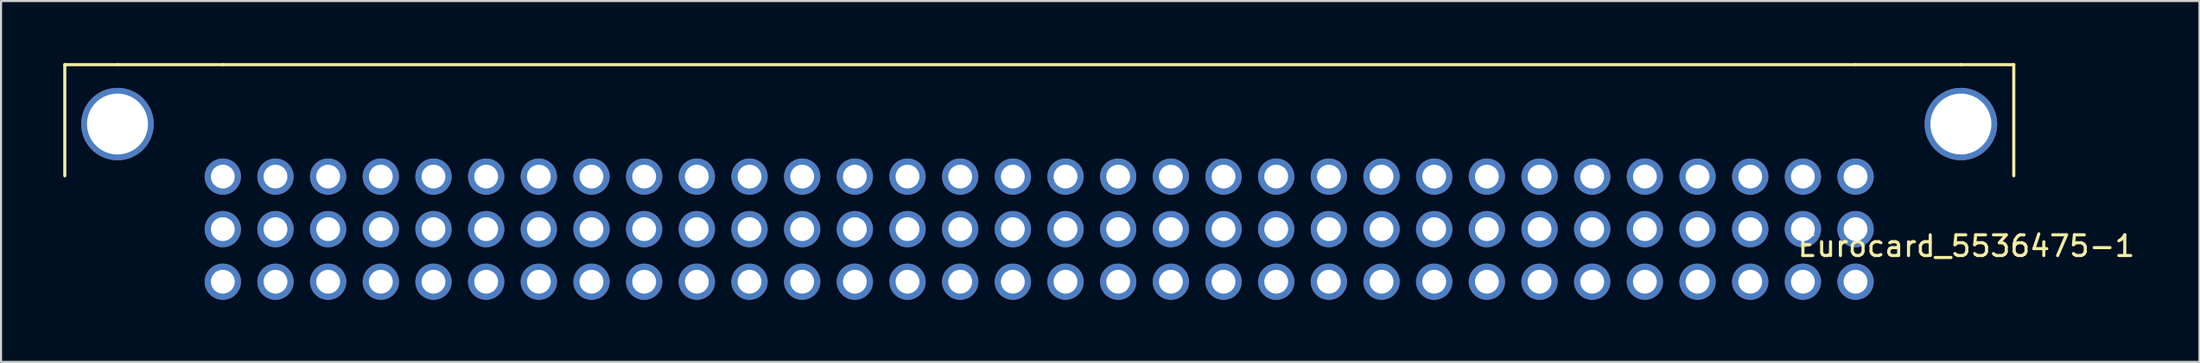
<source format=kicad_pcb>
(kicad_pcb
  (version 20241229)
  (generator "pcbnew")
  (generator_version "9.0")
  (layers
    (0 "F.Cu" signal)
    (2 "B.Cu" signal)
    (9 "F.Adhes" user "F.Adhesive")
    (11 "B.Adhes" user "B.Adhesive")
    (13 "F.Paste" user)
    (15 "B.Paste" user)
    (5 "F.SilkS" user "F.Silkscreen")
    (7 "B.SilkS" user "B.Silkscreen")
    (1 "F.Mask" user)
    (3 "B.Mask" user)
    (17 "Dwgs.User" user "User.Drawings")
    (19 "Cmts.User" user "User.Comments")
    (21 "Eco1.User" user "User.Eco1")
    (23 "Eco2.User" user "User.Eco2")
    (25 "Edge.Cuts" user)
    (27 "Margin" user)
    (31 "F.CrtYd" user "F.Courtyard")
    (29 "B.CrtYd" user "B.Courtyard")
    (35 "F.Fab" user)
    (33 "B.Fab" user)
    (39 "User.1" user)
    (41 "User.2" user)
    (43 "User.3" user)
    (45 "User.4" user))
  (footprint "Eurocard_5536475-1"
    (layer "F.Cu")
    (at 45.795 8.025)
    (property "Reference" "Eurocard_5536475-1" (at 45.98 0.82 0) (layer "F.SilkS") (effects (font (size 1 1) (thickness 0.15))))
    (attr through_hole)
    (fp_line (start -45.72 -7.95) (end -45.72 -2.58) (stroke (width 0.15) (type solid)) (layer "F.SilkS"))
    (fp_line (start -45.72 -7.95) (end -43.17 -7.95) (stroke (width 0.15) (type solid)) (layer "F.SilkS"))
    (fp_line (start -43.18 -7.95) (end -38.1 -7.95) (stroke (width 0.15) (type solid)) (layer "F.SilkS"))
    (fp_line (start -38.1 -7.95) (end 40.64 -7.95) (stroke (width 0.15) (type solid)) (layer "F.SilkS"))
    (fp_line (start 40.64 -7.95) (end 45.72 -7.95) (stroke (width 0.15) (type solid)) (layer "F.SilkS"))
    (fp_line (start 45.72 -7.95) (end 48.27 -7.95) (stroke (width 0.15) (type solid)) (layer "F.SilkS"))
    (fp_line (start 48.27 -7.95) (end 48.27 -2.58) (stroke (width 0.15) (type solid)) (layer "F.SilkS"))
    (pad "" np_thru_hole circle (at -43.18 -5.08 90) (size 3.5 3.5) (drill 2.94) (layers "*.Cu" "*.Mask"))
    (pad "" np_thru_hole circle (at 45.72 -5.08 90) (size 3.5 3.5) (drill 2.94) (layers "*.Cu" "*.Mask"))
    (pad "a1" thru_hole circle (at -38.1 -2.54 90) (size 1.75 1.75) (drill 1.15) (layers "*.Cu" "*.Mask"))
    (pad "a2" thru_hole circle (at -35.56 -2.54 90) (size 1.75 1.75) (drill 1.15) (layers "*.Cu" "*.Mask"))
    (pad "a3" thru_hole circle (at -33.02 -2.54 90) (size 1.75 1.75) (drill 1.15) (layers "*.Cu" "*.Mask"))
    (pad "a4" thru_hole circle (at -30.48 -2.54 90) (size 1.75 1.75) (drill 1.15) (layers "*.Cu" "*.Mask"))
    (pad "a5" thru_hole circle (at -27.94 -2.54 90) (size 1.75 1.75) (drill 1.15) (layers "*.Cu" "*.Mask"))
    (pad "a6" thru_hole circle (at -25.4 -2.54 90) (size 1.75 1.75) (drill 1.15) (layers "*.Cu" "*.Mask"))
    (pad "a7" thru_hole circle (at -22.86 -2.54 90) (size 1.75 1.75) (drill 1.15) (layers "*.Cu" "*.Mask"))
    (pad "a8" thru_hole circle (at -20.32 -2.54 90) (size 1.75 1.75) (drill 1.15) (layers "*.Cu" "*.Mask"))
    (pad "a9" thru_hole circle (at -17.78 -2.54 90) (size 1.75 1.75) (drill 1.15) (layers "*.Cu" "*.Mask"))
    (pad "a10" thru_hole circle (at -15.24 -2.54 90) (size 1.75 1.75) (drill 1.15) (layers "*.Cu" "*.Mask"))
    (pad "a11" thru_hole circle (at -12.7 -2.54 90) (size 1.75 1.75) (drill 1.15) (layers "*.Cu" "*.Mask"))
    (pad "a12" thru_hole circle (at -10.16 -2.54 90) (size 1.75 1.75) (drill 1.15) (layers "*.Cu" "*.Mask"))
    (pad "a13" thru_hole circle (at -7.62 -2.54 90) (size 1.75 1.75) (drill 1.15) (layers "*.Cu" "*.Mask"))
    (pad "a14" thru_hole circle (at -5.08 -2.54 90) (size 1.75 1.75) (drill 1.15) (layers "*.Cu" "*.Mask"))
    (pad "a15" thru_hole circle (at -2.54 -2.54 90) (size 1.75 1.75) (drill 1.15) (layers "*.Cu" "*.Mask"))
    (pad "a16" thru_hole circle (at 0 -2.54 90) (size 1.75 1.75) (drill 1.15) (layers "*.Cu" "*.Mask"))
    (pad "a17" thru_hole circle (at 2.54 -2.54 90) (size 1.75 1.75) (drill 1.15) (layers "*.Cu" "*.Mask"))
    (pad "a18" thru_hole circle (at 5.08 -2.54 90) (size 1.75 1.75) (drill 1.15) (layers "*.Cu" "*.Mask"))
    (pad "a19" thru_hole circle (at 7.62 -2.54 90) (size 1.75 1.75) (drill 1.15) (layers "*.Cu" "*.Mask"))
    (pad "a20" thru_hole circle (at 10.16 -2.54 90) (size 1.75 1.75) (drill 1.15) (layers "*.Cu" "*.Mask"))
    (pad "a21" thru_hole circle (at 12.7 -2.54 90) (size 1.75 1.75) (drill 1.15) (layers "*.Cu" "*.Mask"))
    (pad "a22" thru_hole circle (at 15.24 -2.54 90) (size 1.75 1.75) (drill 1.15) (layers "*.Cu" "*.Mask"))
    (pad "a23" thru_hole circle (at 17.78 -2.54 90) (size 1.75 1.75) (drill 1.15) (layers "*.Cu" "*.Mask"))
    (pad "a24" thru_hole circle (at 20.32 -2.54 90) (size 1.75 1.75) (drill 1.15) (layers "*.Cu" "*.Mask"))
    (pad "a25" thru_hole circle (at 22.86 -2.54 90) (size 1.75 1.75) (drill 1.15) (layers "*.Cu" "*.Mask"))
    (pad "a26" thru_hole circle (at 25.4 -2.54 90) (size 1.75 1.75) (drill 1.15) (layers "*.Cu" "*.Mask"))
    (pad "a27" thru_hole circle (at 27.94 -2.54 90) (size 1.75 1.75) (drill 1.15) (layers "*.Cu" "*.Mask"))
    (pad "a28" thru_hole circle (at 30.48 -2.54 90) (size 1.75 1.75) (drill 1.15) (layers "*.Cu" "*.Mask"))
    (pad "a29" thru_hole circle (at 33.02 -2.54 90) (size 1.75 1.75) (drill 1.15) (layers "*.Cu" "*.Mask"))
    (pad "a30" thru_hole circle (at 35.56 -2.54 90) (size 1.75 1.75) (drill 1.15) (layers "*.Cu" "*.Mask"))
    (pad "a31" thru_hole circle (at 38.1 -2.54 90) (size 1.75 1.75) (drill 1.15) (layers "*.Cu" "*.Mask"))
    (pad "a32" thru_hole circle (at 40.64 -2.54 90) (size 1.75 1.75) (drill 1.15) (layers "*.Cu" "*.Mask"))
    (pad "b1" thru_hole circle (at -38.1 0 90) (size 1.75 1.75) (drill 1.15) (layers "*.Cu" "*.Mask"))
    (pad "b2" thru_hole circle (at -35.56 0 90) (size 1.75 1.75) (drill 1.15) (layers "*.Cu" "*.Mask"))
    (pad "b3" thru_hole circle (at -33.02 0 90) (size 1.75 1.75) (drill 1.15) (layers "*.Cu" "*.Mask"))
    (pad "b4" thru_hole circle (at -30.48 0 90) (size 1.75 1.75) (drill 1.15) (layers "*.Cu" "*.Mask"))
    (pad "b5" thru_hole circle (at -27.94 0 90) (size 1.75 1.75) (drill 1.15) (layers "*.Cu" "*.Mask"))
    (pad "b6" thru_hole circle (at -25.4 0 90) (size 1.75 1.75) (drill 1.15) (layers "*.Cu" "*.Mask"))
    (pad "b7" thru_hole circle (at -22.86 0 90) (size 1.75 1.75) (drill 1.15) (layers "*.Cu" "*.Mask"))
    (pad "b8" thru_hole circle (at -20.32 0 90) (size 1.75 1.75) (drill 1.15) (layers "*.Cu" "*.Mask"))
    (pad "b9" thru_hole circle (at -17.78 0 90) (size 1.75 1.75) (drill 1.15) (layers "*.Cu" "*.Mask"))
    (pad "b10" thru_hole circle (at -15.24 0 90) (size 1.75 1.75) (drill 1.15) (layers "*.Cu" "*.Mask"))
    (pad "b11" thru_hole circle (at -12.7 0 90) (size 1.75 1.75) (drill 1.15) (layers "*.Cu" "*.Mask"))
    (pad "b12" thru_hole circle (at -10.16 0 90) (size 1.75 1.75) (drill 1.15) (layers "*.Cu" "*.Mask"))
    (pad "b13" thru_hole circle (at -7.62 0 90) (size 1.75 1.75) (drill 1.15) (layers "*.Cu" "*.Mask"))
    (pad "b14" thru_hole circle (at -5.08 0 90) (size 1.75 1.75) (drill 1.15) (layers "*.Cu" "*.Mask"))
    (pad "b15" thru_hole circle (at -2.54 0 90) (size 1.75 1.75) (drill 1.15) (layers "*.Cu" "*.Mask"))
    (pad "b16" thru_hole circle (at 0 0 90) (size 1.75 1.75) (drill 1.15) (layers "*.Cu" "*.Mask"))
    (pad "b17" thru_hole circle (at 2.54 0 90) (size 1.75 1.75) (drill 1.15) (layers "*.Cu" "*.Mask"))
    (pad "b18" thru_hole circle (at 5.08 0 90) (size 1.75 1.75) (drill 1.15) (layers "*.Cu" "*.Mask"))
    (pad "b19" thru_hole circle (at 7.62 0 90) (size 1.75 1.75) (drill 1.15) (layers "*.Cu" "*.Mask"))
    (pad "b20" thru_hole circle (at 10.16 0 90) (size 1.75 1.75) (drill 1.15) (layers "*.Cu" "*.Mask"))
    (pad "b21" thru_hole circle (at 12.7 0 90) (size 1.75 1.75) (drill 1.15) (layers "*.Cu" "*.Mask"))
    (pad "b22" thru_hole circle (at 15.24 0 90) (size 1.75 1.75) (drill 1.15) (layers "*.Cu" "*.Mask"))
    (pad "b23" thru_hole circle (at 17.78 0 90) (size 1.75 1.75) (drill 1.15) (layers "*.Cu" "*.Mask"))
    (pad "b24" thru_hole circle (at 20.32 0 90) (size 1.75 1.75) (drill 1.15) (layers "*.Cu" "*.Mask"))
    (pad "b25" thru_hole circle (at 22.86 0 90) (size 1.75 1.75) (drill 1.15) (layers "*.Cu" "*.Mask"))
    (pad "b26" thru_hole circle (at 25.4 0 90) (size 1.75 1.75) (drill 1.15) (layers "*.Cu" "*.Mask"))
    (pad "b27" thru_hole circle (at 27.94 0 90) (size 1.75 1.75) (drill 1.15) (layers "*.Cu" "*.Mask"))
    (pad "b28" thru_hole circle (at 30.48 0 90) (size 1.75 1.75) (drill 1.15) (layers "*.Cu" "*.Mask"))
    (pad "b29" thru_hole circle (at 33.02 0 90) (size 1.75 1.75) (drill 1.15) (layers "*.Cu" "*.Mask"))
    (pad "b30" thru_hole circle (at 35.56 0 90) (size 1.75 1.75) (drill 1.15) (layers "*.Cu" "*.Mask"))
    (pad "b31" thru_hole circle (at 38.1 0 90) (size 1.75 1.75) (drill 1.15) (layers "*.Cu" "*.Mask"))
    (pad "b32" thru_hole circle (at 40.64 0 90) (size 1.75 1.75) (drill 1.15) (layers "*.Cu" "*.Mask"))
    (pad "c1" thru_hole circle (at -38.1 2.54 90) (size 1.75 1.75) (drill 1.15) (layers "*.Cu" "*.Mask"))
    (pad "c2" thru_hole circle (at -35.56 2.54 90) (size 1.75 1.75) (drill 1.15) (layers "*.Cu" "*.Mask"))
    (pad "c3" thru_hole circle (at -33.02 2.54 90) (size 1.75 1.75) (drill 1.15) (layers "*.Cu" "*.Mask"))
    (pad "c4" thru_hole circle (at -30.48 2.54 90) (size 1.75 1.75) (drill 1.15) (layers "*.Cu" "*.Mask"))
    (pad "c5" thru_hole circle (at -27.94 2.54 90) (size 1.75 1.75) (drill 1.15) (layers "*.Cu" "*.Mask"))
    (pad "c6" thru_hole circle (at -25.4 2.54 90) (size 1.75 1.75) (drill 1.15) (layers "*.Cu" "*.Mask"))
    (pad "c7" thru_hole circle (at -22.86 2.54 90) (size 1.75 1.75) (drill 1.15) (layers "*.Cu" "*.Mask"))
    (pad "c8" thru_hole circle (at -20.32 2.54 90) (size 1.75 1.75) (drill 1.15) (layers "*.Cu" "*.Mask"))
    (pad "c9" thru_hole circle (at -17.78 2.54 90) (size 1.75 1.75) (drill 1.15) (layers "*.Cu" "*.Mask"))
    (pad "c10" thru_hole circle (at -15.24 2.54 90) (size 1.75 1.75) (drill 1.15) (layers "*.Cu" "*.Mask"))
    (pad "c11" thru_hole circle (at -12.7 2.54 90) (size 1.75 1.75) (drill 1.15) (layers "*.Cu" "*.Mask"))
    (pad "c12" thru_hole circle (at -10.16 2.54 90) (size 1.75 1.75) (drill 1.15) (layers "*.Cu" "*.Mask"))
    (pad "c13" thru_hole circle (at -7.62 2.54 90) (size 1.75 1.75) (drill 1.15) (layers "*.Cu" "*.Mask"))
    (pad "c14" thru_hole circle (at -5.08 2.54 90) (size 1.75 1.75) (drill 1.15) (layers "*.Cu" "*.Mask"))
    (pad "c15" thru_hole circle (at -2.54 2.54 90) (size 1.75 1.75) (drill 1.15) (layers "*.Cu" "*.Mask"))
    (pad "c16" thru_hole circle (at 0 2.54 90) (size 1.75 1.75) (drill 1.15) (layers "*.Cu" "*.Mask"))
    (pad "c17" thru_hole circle (at 2.54 2.54 90) (size 1.75 1.75) (drill 1.15) (layers "*.Cu" "*.Mask"))
    (pad "c18" thru_hole circle (at 5.08 2.54 90) (size 1.75 1.75) (drill 1.15) (layers "*.Cu" "*.Mask"))
    (pad "c19" thru_hole circle (at 7.62 2.54 90) (size 1.75 1.75) (drill 1.15) (layers "*.Cu" "*.Mask"))
    (pad "c20" thru_hole circle (at 10.16 2.54 90) (size 1.75 1.75) (drill 1.15) (layers "*.Cu" "*.Mask"))
    (pad "c21" thru_hole circle (at 12.7 2.54 90) (size 1.75 1.75) (drill 1.15) (layers "*.Cu" "*.Mask"))
    (pad "c22" thru_hole circle (at 15.24 2.54 90) (size 1.75 1.75) (drill 1.15) (layers "*.Cu" "*.Mask"))
    (pad "c23" thru_hole circle (at 17.78 2.54 90) (size 1.75 1.75) (drill 1.15) (layers "*.Cu" "*.Mask"))
    (pad "c24" thru_hole circle (at 20.32 2.54 90) (size 1.75 1.75) (drill 1.15) (layers "*.Cu" "*.Mask"))
    (pad "c25" thru_hole circle (at 22.86 2.54 90) (size 1.75 1.75) (drill 1.15) (layers "*.Cu" "*.Mask"))
    (pad "c26" thru_hole circle (at 25.4 2.54 90) (size 1.75 1.75) (drill 1.15) (layers "*.Cu" "*.Mask"))
    (pad "c27" thru_hole circle (at 27.94 2.54 90) (size 1.75 1.75) (drill 1.15) (layers "*.Cu" "*.Mask"))
    (pad "c28" thru_hole circle (at 30.48 2.54 90) (size 1.75 1.75) (drill 1.15) (layers "*.Cu" "*.Mask"))
    (pad "c29" thru_hole circle (at 33.02 2.54 90) (size 1.75 1.75) (drill 1.15) (layers "*.Cu" "*.Mask"))
    (pad "c30" thru_hole circle (at 35.56 2.54 90) (size 1.75 1.75) (drill 1.15) (layers "*.Cu" "*.Mask"))
    (pad "c31" thru_hole circle (at 38.1 2.54 90) (size 1.75 1.75) (drill 1.15) (layers "*.Cu" "*.Mask"))
    (pad "c32" thru_hole circle (at 40.64 2.54 90) (size 1.75 1.75) (drill 1.15) (layers "*.Cu" "*.Mask")))
  (gr_rect
    (start -3 -3)
    (end 103.019 14.44)
    (stroke (width 0.1) (type default))
    (fill no)
    (layer "Edge.Cuts")))
</source>
